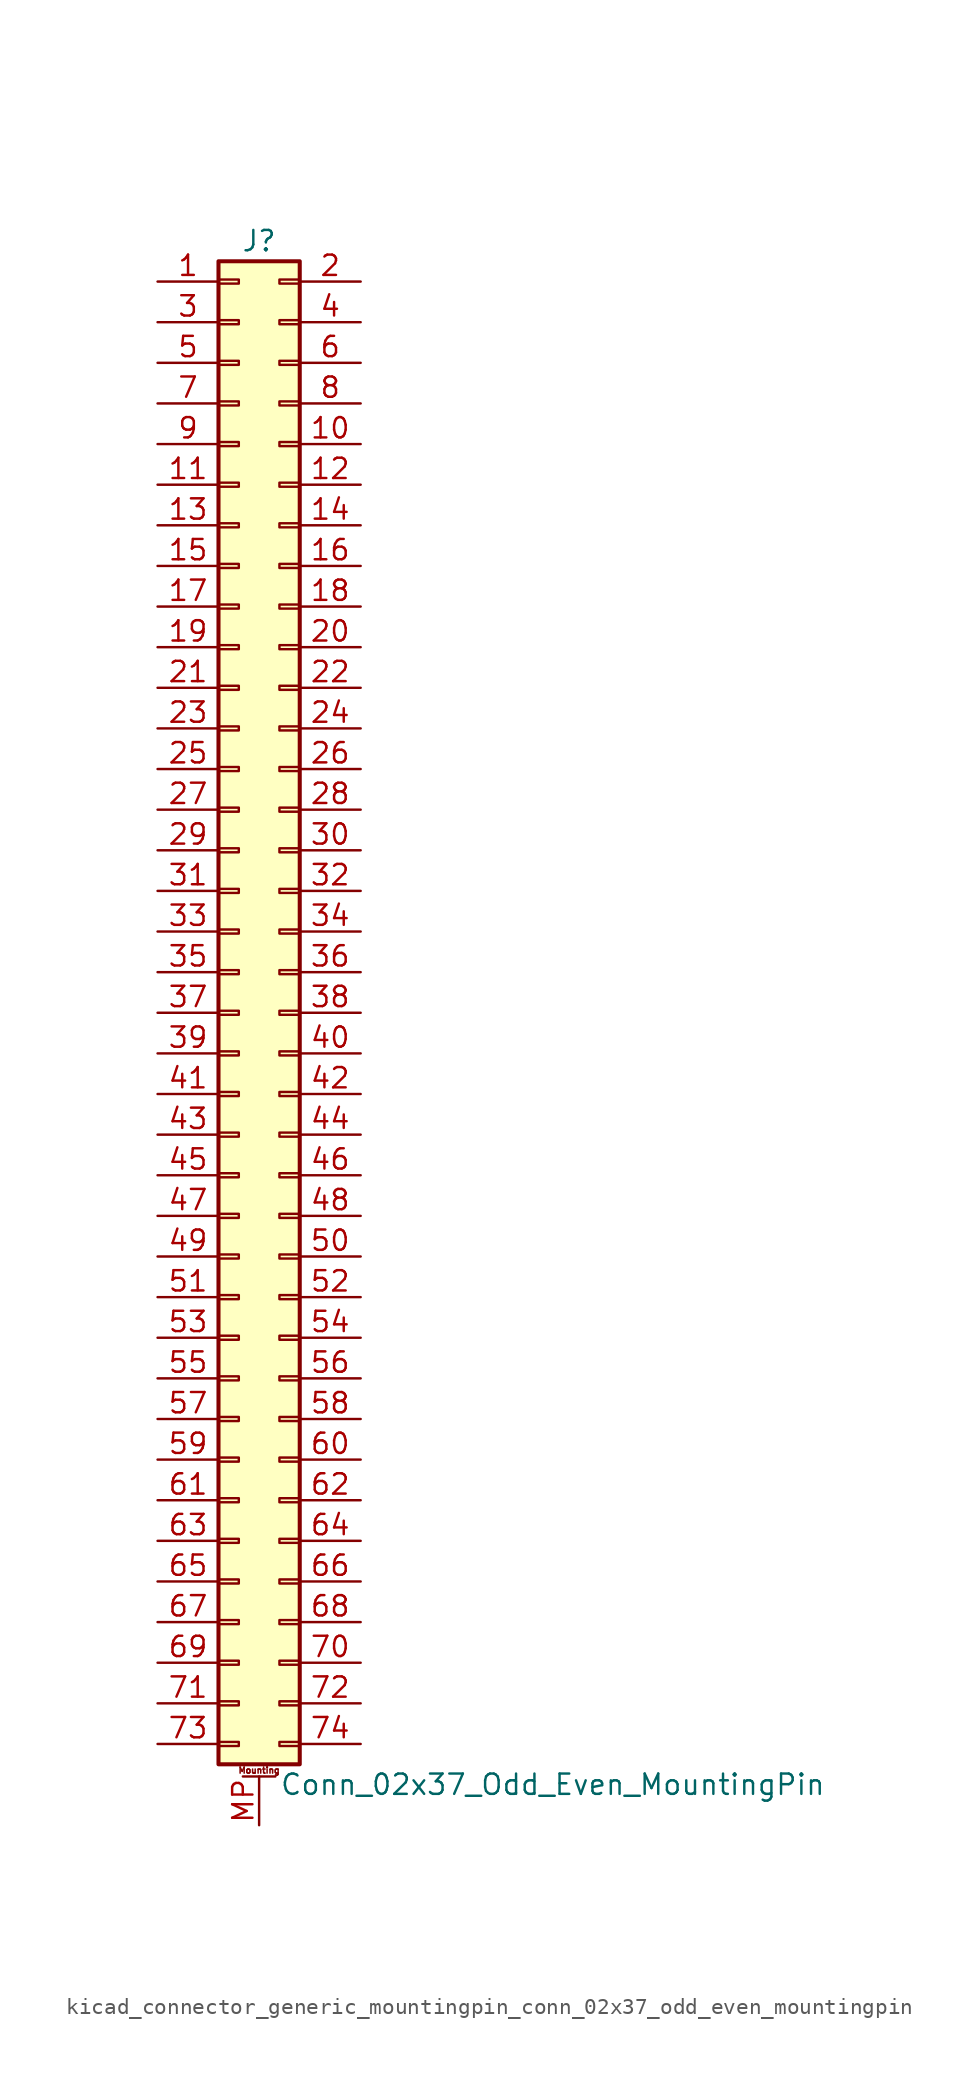
<source format=kicad_sym>
(kicad_symbol_lib
  (version 20220914)
  (generator kicad_symbol_editor)
  (symbol "kicad_connector_generic_mountingpin_conn_02x37_odd_even_mountingpin"
    (pin_names
      (offset 1.016) hide)
    (property "Reference" "J"
      (at 1.27 48.26 0)
      (effects (font (size 1.27 1.27))))
    (property "Value" "Conn_02x37_Odd_Even_MountingPin"
      (at 2.54 -48.26 0)
      (effects (font (size 1.27 1.27)) (justify left)))
    (symbol "kicad_connector_generic_mountingpin_conn_02x37_odd_even_mountingpin_1_1"
      (rectangle (start -1.27 -45.593) (end 0 -45.847) (stroke (width 0.152) (type default)) (fill (type none)))
      (rectangle (start -1.27 -43.053) (end 0 -43.307) (stroke (width 0.152) (type default)) (fill (type none)))
      (rectangle (start -1.27 -40.513) (end 0 -40.767) (stroke (width 0.152) (type default)) (fill (type none)))
      (rectangle (start -1.27 -37.973) (end 0 -38.227) (stroke (width 0.152) (type default)) (fill (type none)))
      (rectangle (start -1.27 -35.433) (end 0 -35.687) (stroke (width 0.152) (type default)) (fill (type none)))
      (rectangle (start -1.27 -32.893) (end 0 -33.147) (stroke (width 0.152) (type default)) (fill (type none)))
      (rectangle (start -1.27 -30.353) (end 0 -30.607) (stroke (width 0.152) (type default)) (fill (type none)))
      (rectangle (start -1.27 -27.813) (end 0 -28.067) (stroke (width 0.152) (type default)) (fill (type none)))
      (rectangle (start -1.27 -25.273) (end 0 -25.527) (stroke (width 0.152) (type default)) (fill (type none)))
      (rectangle (start -1.27 -22.733) (end 0 -22.987) (stroke (width 0.152) (type default)) (fill (type none)))
      (rectangle (start -1.27 -20.193) (end 0 -20.447) (stroke (width 0.152) (type default)) (fill (type none)))
      (rectangle (start -1.27 -17.653) (end 0 -17.907) (stroke (width 0.152) (type default)) (fill (type none)))
      (rectangle (start -1.27 -15.113) (end 0 -15.367) (stroke (width 0.152) (type default)) (fill (type none)))
      (rectangle (start -1.27 -12.573) (end 0 -12.827) (stroke (width 0.152) (type default)) (fill (type none)))
      (rectangle (start -1.27 -10.033) (end 0 -10.287) (stroke (width 0.152) (type default)) (fill (type none)))
      (rectangle (start -1.27 -7.493) (end 0 -7.747) (stroke (width 0.152) (type default)) (fill (type none)))
      (rectangle (start -1.27 -4.953) (end 0 -5.207) (stroke (width 0.152) (type default)) (fill (type none)))
      (rectangle (start -1.27 -2.413) (end 0 -2.667) (stroke (width 0.152) (type default)) (fill (type none)))
      (rectangle (start -1.27 0.127) (end 0 -0.127) (stroke (width 0.152) (type default)) (fill (type none)))
      (rectangle (start -1.27 2.667) (end 0 2.413) (stroke (width 0.152) (type default)) (fill (type none)))
      (rectangle (start -1.27 5.207) (end 0 4.953) (stroke (width 0.152) (type default)) (fill (type none)))
      (rectangle (start -1.27 7.747) (end 0 7.493) (stroke (width 0.152) (type default)) (fill (type none)))
      (rectangle (start -1.27 10.287) (end 0 10.033) (stroke (width 0.152) (type default)) (fill (type none)))
      (rectangle (start -1.27 12.827) (end 0 12.573) (stroke (width 0.152) (type default)) (fill (type none)))
      (rectangle (start -1.27 15.367) (end 0 15.113) (stroke (width 0.152) (type default)) (fill (type none)))
      (rectangle (start -1.27 17.907) (end 0 17.653) (stroke (width 0.152) (type default)) (fill (type none)))
      (rectangle (start -1.27 20.447) (end 0 20.193) (stroke (width 0.152) (type default)) (fill (type none)))
      (rectangle (start -1.27 22.987) (end 0 22.733) (stroke (width 0.152) (type default)) (fill (type none)))
      (rectangle (start -1.27 25.527) (end 0 25.273) (stroke (width 0.152) (type default)) (fill (type none)))
      (rectangle (start -1.27 28.067) (end 0 27.813) (stroke (width 0.152) (type default)) (fill (type none)))
      (rectangle (start -1.27 30.607) (end 0 30.353) (stroke (width 0.152) (type default)) (fill (type none)))
      (rectangle (start -1.27 33.147) (end 0 32.893) (stroke (width 0.152) (type default)) (fill (type none)))
      (rectangle (start -1.27 35.687) (end 0 35.433) (stroke (width 0.152) (type default)) (fill (type none)))
      (rectangle (start -1.27 38.227) (end 0 37.973) (stroke (width 0.152) (type default)) (fill (type none)))
      (rectangle (start -1.27 40.767) (end 0 40.513) (stroke (width 0.152) (type default)) (fill (type none)))
      (rectangle (start -1.27 43.307) (end 0 43.053) (stroke (width 0.152) (type default)) (fill (type none)))
      (rectangle (start -1.27 45.847) (end 0 45.593) (stroke (width 0.152) (type default)) (fill (type none)))
      (rectangle (start -1.27 46.99) (end 3.81 -46.99) (stroke (width 0.254) (type default)) (fill (type background)))
      (polyline (pts (xy 0.254 -47.752) (xy 2.286 -47.752)) (stroke (width 0.152) (type default)) (fill (type none)))
      (rectangle (start 3.81 -45.593) (end 2.54 -45.847) (stroke (width 0.152) (type default)) (fill (type none)))
      (rectangle (start 3.81 -43.053) (end 2.54 -43.307) (stroke (width 0.152) (type default)) (fill (type none)))
      (rectangle (start 3.81 -40.513) (end 2.54 -40.767) (stroke (width 0.152) (type default)) (fill (type none)))
      (rectangle (start 3.81 -37.973) (end 2.54 -38.227) (stroke (width 0.152) (type default)) (fill (type none)))
      (rectangle (start 3.81 -35.433) (end 2.54 -35.687) (stroke (width 0.152) (type default)) (fill (type none)))
      (rectangle (start 3.81 -32.893) (end 2.54 -33.147) (stroke (width 0.152) (type default)) (fill (type none)))
      (rectangle (start 3.81 -30.353) (end 2.54 -30.607) (stroke (width 0.152) (type default)) (fill (type none)))
      (rectangle (start 3.81 -27.813) (end 2.54 -28.067) (stroke (width 0.152) (type default)) (fill (type none)))
      (rectangle (start 3.81 -25.273) (end 2.54 -25.527) (stroke (width 0.152) (type default)) (fill (type none)))
      (rectangle (start 3.81 -22.733) (end 2.54 -22.987) (stroke (width 0.152) (type default)) (fill (type none)))
      (rectangle (start 3.81 -20.193) (end 2.54 -20.447) (stroke (width 0.152) (type default)) (fill (type none)))
      (rectangle (start 3.81 -17.653) (end 2.54 -17.907) (stroke (width 0.152) (type default)) (fill (type none)))
      (rectangle (start 3.81 -15.113) (end 2.54 -15.367) (stroke (width 0.152) (type default)) (fill (type none)))
      (rectangle (start 3.81 -12.573) (end 2.54 -12.827) (stroke (width 0.152) (type default)) (fill (type none)))
      (rectangle (start 3.81 -10.033) (end 2.54 -10.287) (stroke (width 0.152) (type default)) (fill (type none)))
      (rectangle (start 3.81 -7.493) (end 2.54 -7.747) (stroke (width 0.152) (type default)) (fill (type none)))
      (rectangle (start 3.81 -4.953) (end 2.54 -5.207) (stroke (width 0.152) (type default)) (fill (type none)))
      (rectangle (start 3.81 -2.413) (end 2.54 -2.667) (stroke (width 0.152) (type default)) (fill (type none)))
      (rectangle (start 3.81 0.127) (end 2.54 -0.127) (stroke (width 0.152) (type default)) (fill (type none)))
      (rectangle (start 3.81 2.667) (end 2.54 2.413) (stroke (width 0.152) (type default)) (fill (type none)))
      (rectangle (start 3.81 5.207) (end 2.54 4.953) (stroke (width 0.152) (type default)) (fill (type none)))
      (rectangle (start 3.81 7.747) (end 2.54 7.493) (stroke (width 0.152) (type default)) (fill (type none)))
      (rectangle (start 3.81 10.287) (end 2.54 10.033) (stroke (width 0.152) (type default)) (fill (type none)))
      (rectangle (start 3.81 12.827) (end 2.54 12.573) (stroke (width 0.152) (type default)) (fill (type none)))
      (rectangle (start 3.81 15.367) (end 2.54 15.113) (stroke (width 0.152) (type default)) (fill (type none)))
      (rectangle (start 3.81 17.907) (end 2.54 17.653) (stroke (width 0.152) (type default)) (fill (type none)))
      (rectangle (start 3.81 20.447) (end 2.54 20.193) (stroke (width 0.152) (type default)) (fill (type none)))
      (rectangle (start 3.81 22.987) (end 2.54 22.733) (stroke (width 0.152) (type default)) (fill (type none)))
      (rectangle (start 3.81 25.527) (end 2.54 25.273) (stroke (width 0.152) (type default)) (fill (type none)))
      (rectangle (start 3.81 28.067) (end 2.54 27.813) (stroke (width 0.152) (type default)) (fill (type none)))
      (rectangle (start 3.81 30.607) (end 2.54 30.353) (stroke (width 0.152) (type default)) (fill (type none)))
      (rectangle (start 3.81 33.147) (end 2.54 32.893) (stroke (width 0.152) (type default)) (fill (type none)))
      (rectangle (start 3.81 35.687) (end 2.54 35.433) (stroke (width 0.152) (type default)) (fill (type none)))
      (rectangle (start 3.81 38.227) (end 2.54 37.973) (stroke (width 0.152) (type default)) (fill (type none)))
      (rectangle (start 3.81 40.767) (end 2.54 40.513) (stroke (width 0.152) (type default)) (fill (type none)))
      (rectangle (start 3.81 43.307) (end 2.54 43.053) (stroke (width 0.152) (type default)) (fill (type none)))
      (rectangle (start 3.81 45.847) (end 2.54 45.593) (stroke (width 0.152) (type default)) (fill (type none)))
      (text "Mounting" (at 1.27 -47.371 0) (effects (font (size 0.381 0.381))))
      (pin passive line (at -5.08 45.72 0) (length 3.81) (name "Pin_1" (effects (font (size 1.27 1.27)))) (number "1" (effects (font (size 1.27 1.27)))))
      (pin passive line (at 7.62 35.56 180) (length 3.81) (name "Pin_10" (effects (font (size 1.27 1.27)))) (number "10" (effects (font (size 1.27 1.27)))))
      (pin passive line (at -5.08 33.02 0) (length 3.81) (name "Pin_11" (effects (font (size 1.27 1.27)))) (number "11" (effects (font (size 1.27 1.27)))))
      (pin passive line (at 7.62 33.02 180) (length 3.81) (name "Pin_12" (effects (font (size 1.27 1.27)))) (number "12" (effects (font (size 1.27 1.27)))))
      (pin passive line (at -5.08 30.48 0) (length 3.81) (name "Pin_13" (effects (font (size 1.27 1.27)))) (number "13" (effects (font (size 1.27 1.27)))))
      (pin passive line (at 7.62 30.48 180) (length 3.81) (name "Pin_14" (effects (font (size 1.27 1.27)))) (number "14" (effects (font (size 1.27 1.27)))))
      (pin passive line (at -5.08 27.94 0) (length 3.81) (name "Pin_15" (effects (font (size 1.27 1.27)))) (number "15" (effects (font (size 1.27 1.27)))))
      (pin passive line (at 7.62 27.94 180) (length 3.81) (name "Pin_16" (effects (font (size 1.27 1.27)))) (number "16" (effects (font (size 1.27 1.27)))))
      (pin passive line (at -5.08 25.4 0) (length 3.81) (name "Pin_17" (effects (font (size 1.27 1.27)))) (number "17" (effects (font (size 1.27 1.27)))))
      (pin passive line (at 7.62 25.4 180) (length 3.81) (name "Pin_18" (effects (font (size 1.27 1.27)))) (number "18" (effects (font (size 1.27 1.27)))))
      (pin passive line (at -5.08 22.86 0) (length 3.81) (name "Pin_19" (effects (font (size 1.27 1.27)))) (number "19" (effects (font (size 1.27 1.27)))))
      (pin passive line (at 7.62 45.72 180) (length 3.81) (name "Pin_2" (effects (font (size 1.27 1.27)))) (number "2" (effects (font (size 1.27 1.27)))))
      (pin passive line (at 7.62 22.86 180) (length 3.81) (name "Pin_20" (effects (font (size 1.27 1.27)))) (number "20" (effects (font (size 1.27 1.27)))))
      (pin passive line (at -5.08 20.32 0) (length 3.81) (name "Pin_21" (effects (font (size 1.27 1.27)))) (number "21" (effects (font (size 1.27 1.27)))))
      (pin passive line (at 7.62 20.32 180) (length 3.81) (name "Pin_22" (effects (font (size 1.27 1.27)))) (number "22" (effects (font (size 1.27 1.27)))))
      (pin passive line (at -5.08 17.78 0) (length 3.81) (name "Pin_23" (effects (font (size 1.27 1.27)))) (number "23" (effects (font (size 1.27 1.27)))))
      (pin passive line (at 7.62 17.78 180) (length 3.81) (name "Pin_24" (effects (font (size 1.27 1.27)))) (number "24" (effects (font (size 1.27 1.27)))))
      (pin passive line (at -5.08 15.24 0) (length 3.81) (name "Pin_25" (effects (font (size 1.27 1.27)))) (number "25" (effects (font (size 1.27 1.27)))))
      (pin passive line (at 7.62 15.24 180) (length 3.81) (name "Pin_26" (effects (font (size 1.27 1.27)))) (number "26" (effects (font (size 1.27 1.27)))))
      (pin passive line (at -5.08 12.7 0) (length 3.81) (name "Pin_27" (effects (font (size 1.27 1.27)))) (number "27" (effects (font (size 1.27 1.27)))))
      (pin passive line (at 7.62 12.7 180) (length 3.81) (name "Pin_28" (effects (font (size 1.27 1.27)))) (number "28" (effects (font (size 1.27 1.27)))))
      (pin passive line (at -5.08 10.16 0) (length 3.81) (name "Pin_29" (effects (font (size 1.27 1.27)))) (number "29" (effects (font (size 1.27 1.27)))))
      (pin passive line (at -5.08 43.18 0) (length 3.81) (name "Pin_3" (effects (font (size 1.27 1.27)))) (number "3" (effects (font (size 1.27 1.27)))))
      (pin passive line (at 7.62 10.16 180) (length 3.81) (name "Pin_30" (effects (font (size 1.27 1.27)))) (number "30" (effects (font (size 1.27 1.27)))))
      (pin passive line (at -5.08 7.62 0) (length 3.81) (name "Pin_31" (effects (font (size 1.27 1.27)))) (number "31" (effects (font (size 1.27 1.27)))))
      (pin passive line (at 7.62 7.62 180) (length 3.81) (name "Pin_32" (effects (font (size 1.27 1.27)))) (number "32" (effects (font (size 1.27 1.27)))))
      (pin passive line (at -5.08 5.08 0) (length 3.81) (name "Pin_33" (effects (font (size 1.27 1.27)))) (number "33" (effects (font (size 1.27 1.27)))))
      (pin passive line (at 7.62 5.08 180) (length 3.81) (name "Pin_34" (effects (font (size 1.27 1.27)))) (number "34" (effects (font (size 1.27 1.27)))))
      (pin passive line (at -5.08 2.54 0) (length 3.81) (name "Pin_35" (effects (font (size 1.27 1.27)))) (number "35" (effects (font (size 1.27 1.27)))))
      (pin passive line (at 7.62 2.54 180) (length 3.81) (name "Pin_36" (effects (font (size 1.27 1.27)))) (number "36" (effects (font (size 1.27 1.27)))))
      (pin passive line (at -5.08 0 0) (length 3.81) (name "Pin_37" (effects (font (size 1.27 1.27)))) (number "37" (effects (font (size 1.27 1.27)))))
      (pin passive line (at 7.62 0 180) (length 3.81) (name "Pin_38" (effects (font (size 1.27 1.27)))) (number "38" (effects (font (size 1.27 1.27)))))
      (pin passive line (at -5.08 -2.54 0) (length 3.81) (name "Pin_39" (effects (font (size 1.27 1.27)))) (number "39" (effects (font (size 1.27 1.27)))))
      (pin passive line (at 7.62 43.18 180) (length 3.81) (name "Pin_4" (effects (font (size 1.27 1.27)))) (number "4" (effects (font (size 1.27 1.27)))))
      (pin passive line (at 7.62 -2.54 180) (length 3.81) (name "Pin_40" (effects (font (size 1.27 1.27)))) (number "40" (effects (font (size 1.27 1.27)))))
      (pin passive line (at -5.08 -5.08 0) (length 3.81) (name "Pin_41" (effects (font (size 1.27 1.27)))) (number "41" (effects (font (size 1.27 1.27)))))
      (pin passive line (at 7.62 -5.08 180) (length 3.81) (name "Pin_42" (effects (font (size 1.27 1.27)))) (number "42" (effects (font (size 1.27 1.27)))))
      (pin passive line (at -5.08 -7.62 0) (length 3.81) (name "Pin_43" (effects (font (size 1.27 1.27)))) (number "43" (effects (font (size 1.27 1.27)))))
      (pin passive line (at 7.62 -7.62 180) (length 3.81) (name "Pin_44" (effects (font (size 1.27 1.27)))) (number "44" (effects (font (size 1.27 1.27)))))
      (pin passive line (at -5.08 -10.16 0) (length 3.81) (name "Pin_45" (effects (font (size 1.27 1.27)))) (number "45" (effects (font (size 1.27 1.27)))))
      (pin passive line (at 7.62 -10.16 180) (length 3.81) (name "Pin_46" (effects (font (size 1.27 1.27)))) (number "46" (effects (font (size 1.27 1.27)))))
      (pin passive line (at -5.08 -12.7 0) (length 3.81) (name "Pin_47" (effects (font (size 1.27 1.27)))) (number "47" (effects (font (size 1.27 1.27)))))
      (pin passive line (at 7.62 -12.7 180) (length 3.81) (name "Pin_48" (effects (font (size 1.27 1.27)))) (number "48" (effects (font (size 1.27 1.27)))))
      (pin passive line (at -5.08 -15.24 0) (length 3.81) (name "Pin_49" (effects (font (size 1.27 1.27)))) (number "49" (effects (font (size 1.27 1.27)))))
      (pin passive line (at -5.08 40.64 0) (length 3.81) (name "Pin_5" (effects (font (size 1.27 1.27)))) (number "5" (effects (font (size 1.27 1.27)))))
      (pin passive line (at 7.62 -15.24 180) (length 3.81) (name "Pin_50" (effects (font (size 1.27 1.27)))) (number "50" (effects (font (size 1.27 1.27)))))
      (pin passive line (at -5.08 -17.78 0) (length 3.81) (name "Pin_51" (effects (font (size 1.27 1.27)))) (number "51" (effects (font (size 1.27 1.27)))))
      (pin passive line (at 7.62 -17.78 180) (length 3.81) (name "Pin_52" (effects (font (size 1.27 1.27)))) (number "52" (effects (font (size 1.27 1.27)))))
      (pin passive line (at -5.08 -20.32 0) (length 3.81) (name "Pin_53" (effects (font (size 1.27 1.27)))) (number "53" (effects (font (size 1.27 1.27)))))
      (pin passive line (at 7.62 -20.32 180) (length 3.81) (name "Pin_54" (effects (font (size 1.27 1.27)))) (number "54" (effects (font (size 1.27 1.27)))))
      (pin passive line (at -5.08 -22.86 0) (length 3.81) (name "Pin_55" (effects (font (size 1.27 1.27)))) (number "55" (effects (font (size 1.27 1.27)))))
      (pin passive line (at 7.62 -22.86 180) (length 3.81) (name "Pin_56" (effects (font (size 1.27 1.27)))) (number "56" (effects (font (size 1.27 1.27)))))
      (pin passive line (at -5.08 -25.4 0) (length 3.81) (name "Pin_57" (effects (font (size 1.27 1.27)))) (number "57" (effects (font (size 1.27 1.27)))))
      (pin passive line (at 7.62 -25.4 180) (length 3.81) (name "Pin_58" (effects (font (size 1.27 1.27)))) (number "58" (effects (font (size 1.27 1.27)))))
      (pin passive line (at -5.08 -27.94 0) (length 3.81) (name "Pin_59" (effects (font (size 1.27 1.27)))) (number "59" (effects (font (size 1.27 1.27)))))
      (pin passive line (at 7.62 40.64 180) (length 3.81) (name "Pin_6" (effects (font (size 1.27 1.27)))) (number "6" (effects (font (size 1.27 1.27)))))
      (pin passive line (at 7.62 -27.94 180) (length 3.81) (name "Pin_60" (effects (font (size 1.27 1.27)))) (number "60" (effects (font (size 1.27 1.27)))))
      (pin passive line (at -5.08 -30.48 0) (length 3.81) (name "Pin_61" (effects (font (size 1.27 1.27)))) (number "61" (effects (font (size 1.27 1.27)))))
      (pin passive line (at 7.62 -30.48 180) (length 3.81) (name "Pin_62" (effects (font (size 1.27 1.27)))) (number "62" (effects (font (size 1.27 1.27)))))
      (pin passive line (at -5.08 -33.02 0) (length 3.81) (name "Pin_63" (effects (font (size 1.27 1.27)))) (number "63" (effects (font (size 1.27 1.27)))))
      (pin passive line (at 7.62 -33.02 180) (length 3.81) (name "Pin_64" (effects (font (size 1.27 1.27)))) (number "64" (effects (font (size 1.27 1.27)))))
      (pin passive line (at -5.08 -35.56 0) (length 3.81) (name "Pin_65" (effects (font (size 1.27 1.27)))) (number "65" (effects (font (size 1.27 1.27)))))
      (pin passive line (at 7.62 -35.56 180) (length 3.81) (name "Pin_66" (effects (font (size 1.27 1.27)))) (number "66" (effects (font (size 1.27 1.27)))))
      (pin passive line (at -5.08 -38.1 0) (length 3.81) (name "Pin_67" (effects (font (size 1.27 1.27)))) (number "67" (effects (font (size 1.27 1.27)))))
      (pin passive line (at 7.62 -38.1 180) (length 3.81) (name "Pin_68" (effects (font (size 1.27 1.27)))) (number "68" (effects (font (size 1.27 1.27)))))
      (pin passive line (at -5.08 -40.64 0) (length 3.81) (name "Pin_69" (effects (font (size 1.27 1.27)))) (number "69" (effects (font (size 1.27 1.27)))))
      (pin passive line (at -5.08 38.1 0) (length 3.81) (name "Pin_7" (effects (font (size 1.27 1.27)))) (number "7" (effects (font (size 1.27 1.27)))))
      (pin passive line (at 7.62 -40.64 180) (length 3.81) (name "Pin_70" (effects (font (size 1.27 1.27)))) (number "70" (effects (font (size 1.27 1.27)))))
      (pin passive line (at -5.08 -43.18 0) (length 3.81) (name "Pin_71" (effects (font (size 1.27 1.27)))) (number "71" (effects (font (size 1.27 1.27)))))
      (pin passive line (at 7.62 -43.18 180) (length 3.81) (name "Pin_72" (effects (font (size 1.27 1.27)))) (number "72" (effects (font (size 1.27 1.27)))))
      (pin passive line (at -5.08 -45.72 0) (length 3.81) (name "Pin_73" (effects (font (size 1.27 1.27)))) (number "73" (effects (font (size 1.27 1.27)))))
      (pin passive line (at 7.62 -45.72 180) (length 3.81) (name "Pin_74" (effects (font (size 1.27 1.27)))) (number "74" (effects (font (size 1.27 1.27)))))
      (pin passive line (at 7.62 38.1 180) (length 3.81) (name "Pin_8" (effects (font (size 1.27 1.27)))) (number "8" (effects (font (size 1.27 1.27)))))
      (pin passive line (at -5.08 35.56 0) (length 3.81) (name "Pin_9" (effects (font (size 1.27 1.27)))) (number "9" (effects (font (size 1.27 1.27)))))
      (pin passive line (at 1.27 -50.8 90) (length 3.048) (name "MountPin" (effects (font (size 1.27 1.27)))) (number "MP" (effects (font (size 1.27 1.27))))))))
</source>
